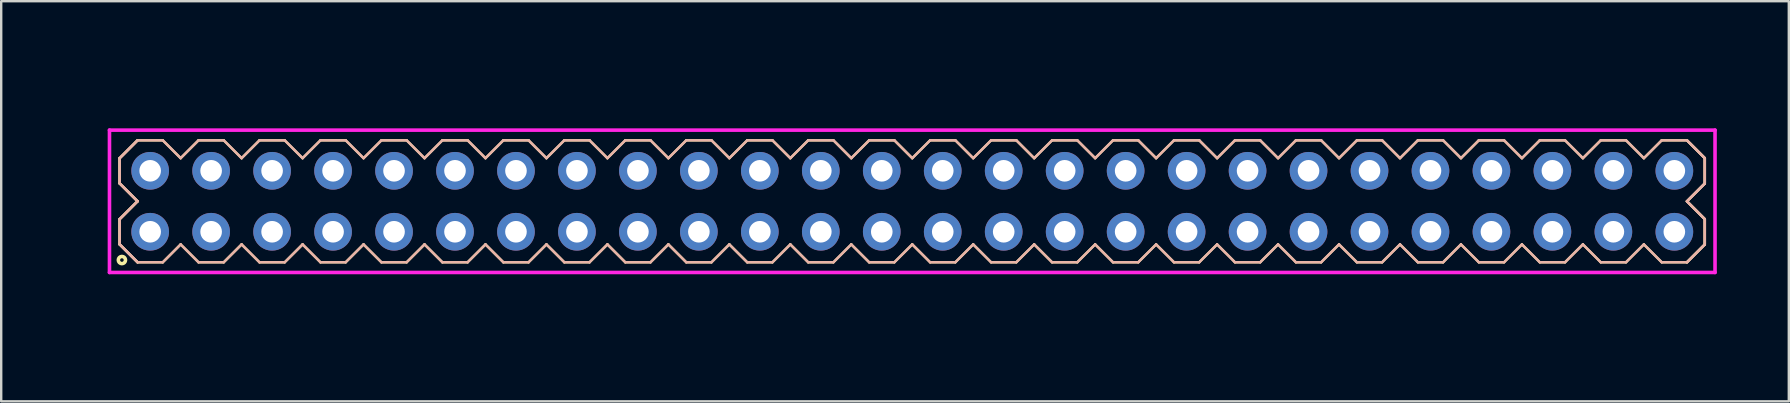
<source format=kicad_pcb>
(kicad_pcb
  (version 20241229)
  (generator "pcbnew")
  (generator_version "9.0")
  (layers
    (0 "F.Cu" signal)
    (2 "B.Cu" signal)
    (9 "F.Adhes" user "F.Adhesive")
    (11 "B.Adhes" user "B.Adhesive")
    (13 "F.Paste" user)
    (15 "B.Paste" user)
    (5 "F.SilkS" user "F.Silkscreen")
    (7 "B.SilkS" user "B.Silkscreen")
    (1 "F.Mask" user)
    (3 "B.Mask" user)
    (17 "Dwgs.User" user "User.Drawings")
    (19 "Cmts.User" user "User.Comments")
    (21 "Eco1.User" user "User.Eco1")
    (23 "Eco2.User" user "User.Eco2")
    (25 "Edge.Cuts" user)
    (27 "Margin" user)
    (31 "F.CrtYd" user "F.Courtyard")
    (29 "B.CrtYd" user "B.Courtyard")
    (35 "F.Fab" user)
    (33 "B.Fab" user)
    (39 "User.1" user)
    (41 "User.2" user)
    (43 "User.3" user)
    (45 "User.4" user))
  (footprint "HDR254P26x2"
    (layer "F.Cu")
    (at 34.956 5.336)
    (property "Reference" "HDR254P26x2" (at -34.195 0 90) (layer "User.1") (effects (font (size 1 1) (thickness 0.1))))
    (attr through_hole)
    (fp_line (start -33.02 -1.796) (end -32.276 -2.54) (stroke (width 0.1) (type solid)) (layer "F.SilkS"))
    (fp_line (start -33.02 -1.796) (end -32.276 -2.54) (stroke (width 0.1) (type solid)) (layer "F.SilkS"))
    (fp_line (start -33.02 -0.744) (end -33.02 -1.796) (stroke (width 0.1) (type solid)) (layer "F.SilkS"))
    (fp_line (start -33.02 -0.744) (end -33.02 -1.796) (stroke (width 0.1) (type solid)) (layer "F.SilkS"))
    (fp_line (start -33.02 0.744) (end -32.276 0) (stroke (width 0.1) (type solid)) (layer "F.SilkS"))
    (fp_line (start -33.02 0.744) (end -32.276 0) (stroke (width 0.1) (type solid)) (layer "F.SilkS"))
    (fp_line (start -33.02 1.796) (end -33.02 0.744) (stroke (width 0.1) (type solid)) (layer "F.SilkS"))
    (fp_line (start -33.02 1.796) (end -33.02 0.744) (stroke (width 0.1) (type solid)) (layer "F.SilkS"))
    (fp_line (start -32.276 -2.54) (end -31.224 -2.54) (stroke (width 0.1) (type solid)) (layer "F.SilkS"))
    (fp_line (start -32.276 0) (end -33.02 -0.744) (stroke (width 0.1) (type solid)) (layer "F.SilkS"))
    (fp_line (start -32.276 0) (end -33.02 -0.744) (stroke (width 0.1) (type solid)) (layer "F.SilkS"))
    (fp_line (start -32.276 2.54) (end -33.02 1.796) (stroke (width 0.1) (type solid)) (layer "F.SilkS"))
    (fp_line (start -32.276 2.54) (end -33.02 1.796) (stroke (width 0.1) (type solid)) (layer "F.SilkS"))
    (fp_line (start -31.224 -2.54) (end -30.48 -1.796) (stroke (width 0.1) (type solid)) (layer "F.SilkS"))
    (fp_line (start -31.224 2.54) (end -32.276 2.54) (stroke (width 0.1) (type solid)) (layer "F.SilkS"))
    (fp_line (start -30.48 -1.796) (end -29.736 -2.54) (stroke (width 0.1) (type solid)) (layer "F.SilkS"))
    (fp_line (start -30.48 1.796) (end -31.224 2.54) (stroke (width 0.1) (type solid)) (layer "F.SilkS"))
    (fp_line (start -29.736 -2.54) (end -28.684 -2.54) (stroke (width 0.1) (type solid)) (layer "F.SilkS"))
    (fp_line (start -29.736 2.54) (end -30.48 1.796) (stroke (width 0.1) (type solid)) (layer "F.SilkS"))
    (fp_line (start -28.684 -2.54) (end -27.94 -1.796) (stroke (width 0.1) (type solid)) (layer "F.SilkS"))
    (fp_line (start -28.684 2.54) (end -29.736 2.54) (stroke (width 0.1) (type solid)) (layer "F.SilkS"))
    (fp_line (start -27.94 -1.796) (end -27.196 -2.54) (stroke (width 0.1) (type solid)) (layer "F.SilkS"))
    (fp_line (start -27.94 1.796) (end -28.684 2.54) (stroke (width 0.1) (type solid)) (layer "F.SilkS"))
    (fp_line (start -27.196 -2.54) (end -26.144 -2.54) (stroke (width 0.1) (type solid)) (layer "F.SilkS"))
    (fp_line (start -27.196 2.54) (end -27.94 1.796) (stroke (width 0.1) (type solid)) (layer "F.SilkS"))
    (fp_line (start -26.144 -2.54) (end -25.4 -1.796) (stroke (width 0.1) (type solid)) (layer "F.SilkS"))
    (fp_line (start -26.144 2.54) (end -27.196 2.54) (stroke (width 0.1) (type solid)) (layer "F.SilkS"))
    (fp_line (start -25.4 -1.796) (end -24.656 -2.54) (stroke (width 0.1) (type solid)) (layer "F.SilkS"))
    (fp_line (start -25.4 1.796) (end -26.144 2.54) (stroke (width 0.1) (type solid)) (layer "F.SilkS"))
    (fp_line (start -24.656 -2.54) (end -23.604 -2.54) (stroke (width 0.1) (type solid)) (layer "F.SilkS"))
    (fp_line (start -24.656 2.54) (end -25.4 1.796) (stroke (width 0.1) (type solid)) (layer "F.SilkS"))
    (fp_line (start -23.604 -2.54) (end -22.86 -1.796) (stroke (width 0.1) (type solid)) (layer "F.SilkS"))
    (fp_line (start -23.604 2.54) (end -24.656 2.54) (stroke (width 0.1) (type solid)) (layer "F.SilkS"))
    (fp_line (start -22.86 -1.796) (end -22.116 -2.54) (stroke (width 0.1) (type solid)) (layer "F.SilkS"))
    (fp_line (start -22.86 1.796) (end -23.604 2.54) (stroke (width 0.1) (type solid)) (layer "F.SilkS"))
    (fp_line (start -22.116 -2.54) (end -21.064 -2.54) (stroke (width 0.1) (type solid)) (layer "F.SilkS"))
    (fp_line (start -22.116 2.54) (end -22.86 1.796) (stroke (width 0.1) (type solid)) (layer "F.SilkS"))
    (fp_line (start -21.064 -2.54) (end -20.32 -1.796) (stroke (width 0.1) (type solid)) (layer "F.SilkS"))
    (fp_line (start -21.064 2.54) (end -22.116 2.54) (stroke (width 0.1) (type solid)) (layer "F.SilkS"))
    (fp_line (start -20.32 -1.796) (end -19.576 -2.54) (stroke (width 0.1) (type solid)) (layer "F.SilkS"))
    (fp_line (start -20.32 1.796) (end -21.064 2.54) (stroke (width 0.1) (type solid)) (layer "F.SilkS"))
    (fp_line (start -19.576 -2.54) (end -18.524 -2.54) (stroke (width 0.1) (type solid)) (layer "F.SilkS"))
    (fp_line (start -19.576 2.54) (end -20.32 1.796) (stroke (width 0.1) (type solid)) (layer "F.SilkS"))
    (fp_line (start -18.524 -2.54) (end -17.78 -1.796) (stroke (width 0.1) (type solid)) (layer "F.SilkS"))
    (fp_line (start -18.524 2.54) (end -19.576 2.54) (stroke (width 0.1) (type solid)) (layer "F.SilkS"))
    (fp_line (start -17.78 -1.796) (end -17.036 -2.54) (stroke (width 0.1) (type solid)) (layer "F.SilkS"))
    (fp_line (start -17.78 1.796) (end -18.524 2.54) (stroke (width 0.1) (type solid)) (layer "F.SilkS"))
    (fp_line (start -17.036 -2.54) (end -15.984 -2.54) (stroke (width 0.1) (type solid)) (layer "F.SilkS"))
    (fp_line (start -17.036 2.54) (end -17.78 1.796) (stroke (width 0.1) (type solid)) (layer "F.SilkS"))
    (fp_line (start -15.984 -2.54) (end -15.24 -1.796) (stroke (width 0.1) (type solid)) (layer "F.SilkS"))
    (fp_line (start -15.984 2.54) (end -17.036 2.54) (stroke (width 0.1) (type solid)) (layer "F.SilkS"))
    (fp_line (start -15.24 -1.796) (end -14.496 -2.54) (stroke (width 0.1) (type solid)) (layer "F.SilkS"))
    (fp_line (start -15.24 1.796) (end -15.984 2.54) (stroke (width 0.1) (type solid)) (layer "F.SilkS"))
    (fp_line (start -14.496 -2.54) (end -13.444 -2.54) (stroke (width 0.1) (type solid)) (layer "F.SilkS"))
    (fp_line (start -14.496 2.54) (end -15.24 1.796) (stroke (width 0.1) (type solid)) (layer "F.SilkS"))
    (fp_line (start -13.444 -2.54) (end -12.7 -1.796) (stroke (width 0.1) (type solid)) (layer "F.SilkS"))
    (fp_line (start -13.444 2.54) (end -14.496 2.54) (stroke (width 0.1) (type solid)) (layer "F.SilkS"))
    (fp_line (start -12.7 -1.796) (end -11.956 -2.54) (stroke (width 0.1) (type solid)) (layer "F.SilkS"))
    (fp_line (start -12.7 1.796) (end -13.444 2.54) (stroke (width 0.1) (type solid)) (layer "F.SilkS"))
    (fp_line (start -11.956 -2.54) (end -10.904 -2.54) (stroke (width 0.1) (type solid)) (layer "F.SilkS"))
    (fp_line (start -11.956 2.54) (end -12.7 1.796) (stroke (width 0.1) (type solid)) (layer "F.SilkS"))
    (fp_line (start -10.904 -2.54) (end -10.16 -1.796) (stroke (width 0.1) (type solid)) (layer "F.SilkS"))
    (fp_line (start -10.904 2.54) (end -11.956 2.54) (stroke (width 0.1) (type solid)) (layer "F.SilkS"))
    (fp_line (start -10.16 -1.796) (end -9.416 -2.54) (stroke (width 0.1) (type solid)) (layer "F.SilkS"))
    (fp_line (start -10.16 1.796) (end -10.904 2.54) (stroke (width 0.1) (type solid)) (layer "F.SilkS"))
    (fp_line (start -9.416 -2.54) (end -8.364 -2.54) (stroke (width 0.1) (type solid)) (layer "F.SilkS"))
    (fp_line (start -9.416 2.54) (end -10.16 1.796) (stroke (width 0.1) (type solid)) (layer "F.SilkS"))
    (fp_line (start -8.364 -2.54) (end -7.62 -1.796) (stroke (width 0.1) (type solid)) (layer "F.SilkS"))
    (fp_line (start -8.364 2.54) (end -9.416 2.54) (stroke (width 0.1) (type solid)) (layer "F.SilkS"))
    (fp_line (start -7.62 -1.796) (end -6.876 -2.54) (stroke (width 0.1) (type solid)) (layer "F.SilkS"))
    (fp_line (start -7.62 1.796) (end -8.364 2.54) (stroke (width 0.1) (type solid)) (layer "F.SilkS"))
    (fp_line (start -6.876 -2.54) (end -5.824 -2.54) (stroke (width 0.1) (type solid)) (layer "F.SilkS"))
    (fp_line (start -6.876 2.54) (end -7.62 1.796) (stroke (width 0.1) (type solid)) (layer "F.SilkS"))
    (fp_line (start -5.824 -2.54) (end -5.08 -1.796) (stroke (width 0.1) (type solid)) (layer "F.SilkS"))
    (fp_line (start -5.824 2.54) (end -6.876 2.54) (stroke (width 0.1) (type solid)) (layer "F.SilkS"))
    (fp_line (start -5.08 -1.796) (end -4.336 -2.54) (stroke (width 0.1) (type solid)) (layer "F.SilkS"))
    (fp_line (start -5.08 1.796) (end -5.824 2.54) (stroke (width 0.1) (type solid)) (layer "F.SilkS"))
    (fp_line (start -4.336 -2.54) (end -3.284 -2.54) (stroke (width 0.1) (type solid)) (layer "F.SilkS"))
    (fp_line (start -4.336 2.54) (end -5.08 1.796) (stroke (width 0.1) (type solid)) (layer "F.SilkS"))
    (fp_line (start -3.284 -2.54) (end -2.54 -1.796) (stroke (width 0.1) (type solid)) (layer "F.SilkS"))
    (fp_line (start -3.284 2.54) (end -4.336 2.54) (stroke (width 0.1) (type solid)) (layer "F.SilkS"))
    (fp_line (start -2.54 -1.796) (end -1.796 -2.54) (stroke (width 0.1) (type solid)) (layer "F.SilkS"))
    (fp_line (start -2.54 1.796) (end -3.284 2.54) (stroke (width 0.1) (type solid)) (layer "F.SilkS"))
    (fp_line (start -1.796 -2.54) (end -0.744 -2.54) (stroke (width 0.1) (type solid)) (layer "F.SilkS"))
    (fp_line (start -1.796 2.54) (end -2.54 1.796) (stroke (width 0.1) (type solid)) (layer "F.SilkS"))
    (fp_line (start -0.744 -2.54) (end 0 -1.796) (stroke (width 0.1) (type solid)) (layer "F.SilkS"))
    (fp_line (start -0.744 2.54) (end -1.796 2.54) (stroke (width 0.1) (type solid)) (layer "F.SilkS"))
    (fp_line (start 0 -1.796) (end 0.744 -2.54) (stroke (width 0.1) (type solid)) (layer "F.SilkS"))
    (fp_line (start 0 1.796) (end -0.744 2.54) (stroke (width 0.1) (type solid)) (layer "F.SilkS"))
    (fp_line (start 0.744 -2.54) (end 1.796 -2.54) (stroke (width 0.1) (type solid)) (layer "F.SilkS"))
    (fp_line (start 0.744 2.54) (end 0 1.796) (stroke (width 0.1) (type solid)) (layer "F.SilkS"))
    (fp_line (start 1.796 -2.54) (end 2.54 -1.796) (stroke (width 0.1) (type solid)) (layer "F.SilkS"))
    (fp_line (start 1.796 2.54) (end 0.744 2.54) (stroke (width 0.1) (type solid)) (layer "F.SilkS"))
    (fp_line (start 2.54 -1.796) (end 3.284 -2.54) (stroke (width 0.1) (type solid)) (layer "F.SilkS"))
    (fp_line (start 2.54 1.796) (end 1.796 2.54) (stroke (width 0.1) (type solid)) (layer "F.SilkS"))
    (fp_line (start 3.284 -2.54) (end 4.336 -2.54) (stroke (width 0.1) (type solid)) (layer "F.SilkS"))
    (fp_line (start 3.284 2.54) (end 2.54 1.796) (stroke (width 0.1) (type solid)) (layer "F.SilkS"))
    (fp_line (start 4.336 -2.54) (end 5.08 -1.796) (stroke (width 0.1) (type solid)) (layer "F.SilkS"))
    (fp_line (start 4.336 2.54) (end 3.284 2.54) (stroke (width 0.1) (type solid)) (layer "F.SilkS"))
    (fp_line (start 5.08 -1.796) (end 5.824 -2.54) (stroke (width 0.1) (type solid)) (layer "F.SilkS"))
    (fp_line (start 5.08 1.796) (end 4.336 2.54) (stroke (width 0.1) (type solid)) (layer "F.SilkS"))
    (fp_line (start 5.824 -2.54) (end 6.876 -2.54) (stroke (width 0.1) (type solid)) (layer "F.SilkS"))
    (fp_line (start 5.824 2.54) (end 5.08 1.796) (stroke (width 0.1) (type solid)) (layer "F.SilkS"))
    (fp_line (start 6.876 -2.54) (end 7.62 -1.796) (stroke (width 0.1) (type solid)) (layer "F.SilkS"))
    (fp_line (start 6.876 2.54) (end 5.824 2.54) (stroke (width 0.1) (type solid)) (layer "F.SilkS"))
    (fp_line (start 7.62 -1.796) (end 8.364 -2.54) (stroke (width 0.1) (type solid)) (layer "F.SilkS"))
    (fp_line (start 7.62 1.796) (end 6.876 2.54) (stroke (width 0.1) (type solid)) (layer "F.SilkS"))
    (fp_line (start 8.364 -2.54) (end 9.416 -2.54) (stroke (width 0.1) (type solid)) (layer "F.SilkS"))
    (fp_line (start 8.364 2.54) (end 7.62 1.796) (stroke (width 0.1) (type solid)) (layer "F.SilkS"))
    (fp_line (start 9.416 -2.54) (end 10.16 -1.796) (stroke (width 0.1) (type solid)) (layer "F.SilkS"))
    (fp_line (start 9.416 2.54) (end 8.364 2.54) (stroke (width 0.1) (type solid)) (layer "F.SilkS"))
    (fp_line (start 10.16 -1.796) (end 10.904 -2.54) (stroke (width 0.1) (type solid)) (layer "F.SilkS"))
    (fp_line (start 10.16 1.796) (end 9.416 2.54) (stroke (width 0.1) (type solid)) (layer "F.SilkS"))
    (fp_line (start 10.904 -2.54) (end 11.956 -2.54) (stroke (width 0.1) (type solid)) (layer "F.SilkS"))
    (fp_line (start 10.904 2.54) (end 10.16 1.796) (stroke (width 0.1) (type solid)) (layer "F.SilkS"))
    (fp_line (start 11.956 -2.54) (end 12.7 -1.796) (stroke (width 0.1) (type solid)) (layer "F.SilkS"))
    (fp_line (start 11.956 2.54) (end 10.904 2.54) (stroke (width 0.1) (type solid)) (layer "F.SilkS"))
    (fp_line (start 12.7 -1.796) (end 13.444 -2.54) (stroke (width 0.1) (type solid)) (layer "F.SilkS"))
    (fp_line (start 12.7 1.796) (end 11.956 2.54) (stroke (width 0.1) (type solid)) (layer "F.SilkS"))
    (fp_line (start 13.444 -2.54) (end 14.496 -2.54) (stroke (width 0.1) (type solid)) (layer "F.SilkS"))
    (fp_line (start 13.444 2.54) (end 12.7 1.796) (stroke (width 0.1) (type solid)) (layer "F.SilkS"))
    (fp_line (start 14.496 -2.54) (end 15.24 -1.796) (stroke (width 0.1) (type solid)) (layer "F.SilkS"))
    (fp_line (start 14.496 2.54) (end 13.444 2.54) (stroke (width 0.1) (type solid)) (layer "F.SilkS"))
    (fp_line (start 15.24 -1.796) (end 15.984 -2.54) (stroke (width 0.1) (type solid)) (layer "F.SilkS"))
    (fp_line (start 15.24 1.796) (end 14.496 2.54) (stroke (width 0.1) (type solid)) (layer "F.SilkS"))
    (fp_line (start 15.984 -2.54) (end 17.036 -2.54) (stroke (width 0.1) (type solid)) (layer "F.SilkS"))
    (fp_line (start 15.984 2.54) (end 15.24 1.796) (stroke (width 0.1) (type solid)) (layer "F.SilkS"))
    (fp_line (start 17.036 -2.54) (end 17.78 -1.796) (stroke (width 0.1) (type solid)) (layer "F.SilkS"))
    (fp_line (start 17.036 2.54) (end 15.984 2.54) (stroke (width 0.1) (type solid)) (layer "F.SilkS"))
    (fp_line (start 17.78 -1.796) (end 18.524 -2.54) (stroke (width 0.1) (type solid)) (layer "F.SilkS"))
    (fp_line (start 17.78 1.796) (end 17.036 2.54) (stroke (width 0.1) (type solid)) (layer "F.SilkS"))
    (fp_line (start 18.524 -2.54) (end 19.576 -2.54) (stroke (width 0.1) (type solid)) (layer "F.SilkS"))
    (fp_line (start 18.524 2.54) (end 17.78 1.796) (stroke (width 0.1) (type solid)) (layer "F.SilkS"))
    (fp_line (start 19.576 -2.54) (end 20.32 -1.796) (stroke (width 0.1) (type solid)) (layer "F.SilkS"))
    (fp_line (start 19.576 2.54) (end 18.524 2.54) (stroke (width 0.1) (type solid)) (layer "F.SilkS"))
    (fp_line (start 20.32 -1.796) (end 21.064 -2.54) (stroke (width 0.1) (type solid)) (layer "F.SilkS"))
    (fp_line (start 20.32 1.796) (end 19.576 2.54) (stroke (width 0.1) (type solid)) (layer "F.SilkS"))
    (fp_line (start 21.064 -2.54) (end 22.116 -2.54) (stroke (width 0.1) (type solid)) (layer "F.SilkS"))
    (fp_line (start 21.064 2.54) (end 20.32 1.796) (stroke (width 0.1) (type solid)) (layer "F.SilkS"))
    (fp_line (start 22.116 -2.54) (end 22.86 -1.796) (stroke (width 0.1) (type solid)) (layer "F.SilkS"))
    (fp_line (start 22.116 2.54) (end 21.064 2.54) (stroke (width 0.1) (type solid)) (layer "F.SilkS"))
    (fp_line (start 22.86 -1.796) (end 23.604 -2.54) (stroke (width 0.1) (type solid)) (layer "F.SilkS"))
    (fp_line (start 22.86 1.796) (end 22.116 2.54) (stroke (width 0.1) (type solid)) (layer "F.SilkS"))
    (fp_line (start 23.604 -2.54) (end 24.656 -2.54) (stroke (width 0.1) (type solid)) (layer "F.SilkS"))
    (fp_line (start 23.604 2.54) (end 22.86 1.796) (stroke (width 0.1) (type solid)) (layer "F.SilkS"))
    (fp_line (start 24.656 -2.54) (end 25.4 -1.796) (stroke (width 0.1) (type solid)) (layer "F.SilkS"))
    (fp_line (start 24.656 2.54) (end 23.604 2.54) (stroke (width 0.1) (type solid)) (layer "F.SilkS"))
    (fp_line (start 25.4 -1.796) (end 26.144 -2.54) (stroke (width 0.1) (type solid)) (layer "F.SilkS"))
    (fp_line (start 25.4 1.796) (end 24.656 2.54) (stroke (width 0.1) (type solid)) (layer "F.SilkS"))
    (fp_line (start 26.144 -2.54) (end 27.196 -2.54) (stroke (width 0.1) (type solid)) (layer "F.SilkS"))
    (fp_line (start 26.144 2.54) (end 25.4 1.796) (stroke (width 0.1) (type solid)) (layer "F.SilkS"))
    (fp_line (start 27.196 -2.54) (end 27.94 -1.796) (stroke (width 0.1) (type solid)) (layer "F.SilkS"))
    (fp_line (start 27.196 2.54) (end 26.144 2.54) (stroke (width 0.1) (type solid)) (layer "F.SilkS"))
    (fp_line (start 27.94 -1.796) (end 28.684 -2.54) (stroke (width 0.1) (type solid)) (layer "F.SilkS"))
    (fp_line (start 27.94 1.796) (end 27.196 2.54) (stroke (width 0.1) (type solid)) (layer "F.SilkS"))
    (fp_line (start 28.684 -2.54) (end 29.736 -2.54) (stroke (width 0.1) (type solid)) (layer "F.SilkS"))
    (fp_line (start 28.684 2.54) (end 27.94 1.796) (stroke (width 0.1) (type solid)) (layer "F.SilkS"))
    (fp_line (start 29.736 -2.54) (end 30.48 -1.796) (stroke (width 0.1) (type solid)) (layer "F.SilkS"))
    (fp_line (start 29.736 2.54) (end 28.684 2.54) (stroke (width 0.1) (type solid)) (layer "F.SilkS"))
    (fp_line (start 30.48 -1.796) (end 31.224 -2.54) (stroke (width 0.1) (type solid)) (layer "F.SilkS"))
    (fp_line (start 30.48 1.796) (end 29.736 2.54) (stroke (width 0.1) (type solid)) (layer "F.SilkS"))
    (fp_line (start 31.224 -2.54) (end 32.276 -2.54) (stroke (width 0.1) (type solid)) (layer "F.SilkS"))
    (fp_line (start 31.224 2.54) (end 30.48 1.796) (stroke (width 0.1) (type solid)) (layer "F.SilkS"))
    (fp_line (start 32.276 -2.54) (end 33.02 -1.796) (stroke (width 0.1) (type solid)) (layer "F.SilkS"))
    (fp_line (start 32.276 -2.54) (end 33.02 -1.796) (stroke (width 0.1) (type solid)) (layer "F.SilkS"))
    (fp_line (start 32.276 0) (end 33.02 0.744) (stroke (width 0.1) (type solid)) (layer "F.SilkS"))
    (fp_line (start 32.276 0) (end 33.02 0.744) (stroke (width 0.1) (type solid)) (layer "F.SilkS"))
    (fp_line (start 32.276 2.54) (end 31.224 2.54) (stroke (width 0.1) (type solid)) (layer "F.SilkS"))
    (fp_line (start 33.02 -1.796) (end 33.02 -0.744) (stroke (width 0.1) (type solid)) (layer "F.SilkS"))
    (fp_line (start 33.02 -1.796) (end 33.02 -0.744) (stroke (width 0.1) (type solid)) (layer "F.SilkS"))
    (fp_line (start 33.02 -0.744) (end 32.276 0) (stroke (width 0.1) (type solid)) (layer "F.SilkS"))
    (fp_line (start 33.02 -0.744) (end 32.276 0) (stroke (width 0.1) (type solid)) (layer "F.SilkS"))
    (fp_line (start 33.02 0.744) (end 33.02 1.796) (stroke (width 0.1) (type solid)) (layer "F.SilkS"))
    (fp_line (start 33.02 0.744) (end 33.02 1.796) (stroke (width 0.1) (type solid)) (layer "F.SilkS"))
    (fp_line (start 33.02 1.796) (end 32.276 2.54) (stroke (width 0.1) (type solid)) (layer "F.SilkS"))
    (fp_line (start 33.02 1.796) (end 32.276 2.54) (stroke (width 0.1) (type solid)) (layer "F.SilkS"))
    (fp_circle (center -32.927 2.448) (end -32.777 2.448) (stroke (width 0.15) (type solid)) (fill no) (layer "F.SilkS"))
    (fp_line (start -33.02 -1.796) (end -32.276 -2.54) (stroke (width 0.1) (type solid)) (layer "B.SilkS"))
    (fp_line (start -33.02 -1.796) (end -32.276 -2.54) (stroke (width 0.1) (type solid)) (layer "B.SilkS"))
    (fp_line (start -33.02 -0.744) (end -33.02 -1.796) (stroke (width 0.1) (type solid)) (layer "B.SilkS"))
    (fp_line (start -33.02 -0.744) (end -33.02 -1.796) (stroke (width 0.1) (type solid)) (layer "B.SilkS"))
    (fp_line (start -33.02 0.744) (end -32.276 0) (stroke (width 0.1) (type solid)) (layer "B.SilkS"))
    (fp_line (start -33.02 0.744) (end -32.276 0) (stroke (width 0.1) (type solid)) (layer "B.SilkS"))
    (fp_line (start -33.02 1.796) (end -33.02 0.744) (stroke (width 0.1) (type solid)) (layer "B.SilkS"))
    (fp_line (start -33.02 1.796) (end -33.02 0.744) (stroke (width 0.1) (type solid)) (layer "B.SilkS"))
    (fp_line (start -32.276 -2.54) (end -31.224 -2.54) (stroke (width 0.1) (type solid)) (layer "B.SilkS"))
    (fp_line (start -32.276 0) (end -33.02 -0.744) (stroke (width 0.1) (type solid)) (layer "B.SilkS"))
    (fp_line (start -32.276 0) (end -33.02 -0.744) (stroke (width 0.1) (type solid)) (layer "B.SilkS"))
    (fp_line (start -32.276 2.54) (end -33.02 1.796) (stroke (width 0.1) (type solid)) (layer "B.SilkS"))
    (fp_line (start -32.276 2.54) (end -33.02 1.796) (stroke (width 0.1) (type solid)) (layer "B.SilkS"))
    (fp_line (start -31.224 -2.54) (end -30.48 -1.796) (stroke (width 0.1) (type solid)) (layer "B.SilkS"))
    (fp_line (start -31.224 2.54) (end -32.276 2.54) (stroke (width 0.1) (type solid)) (layer "B.SilkS"))
    (fp_line (start -30.48 -1.796) (end -29.736 -2.54) (stroke (width 0.1) (type solid)) (layer "B.SilkS"))
    (fp_line (start -30.48 1.796) (end -31.224 2.54) (stroke (width 0.1) (type solid)) (layer "B.SilkS"))
    (fp_line (start -29.736 -2.54) (end -28.684 -2.54) (stroke (width 0.1) (type solid)) (layer "B.SilkS"))
    (fp_line (start -29.736 2.54) (end -30.48 1.796) (stroke (width 0.1) (type solid)) (layer "B.SilkS"))
    (fp_line (start -28.684 -2.54) (end -27.94 -1.796) (stroke (width 0.1) (type solid)) (layer "B.SilkS"))
    (fp_line (start -28.684 2.54) (end -29.736 2.54) (stroke (width 0.1) (type solid)) (layer "B.SilkS"))
    (fp_line (start -27.94 -1.796) (end -27.196 -2.54) (stroke (width 0.1) (type solid)) (layer "B.SilkS"))
    (fp_line (start -27.94 1.796) (end -28.684 2.54) (stroke (width 0.1) (type solid)) (layer "B.SilkS"))
    (fp_line (start -27.196 -2.54) (end -26.144 -2.54) (stroke (width 0.1) (type solid)) (layer "B.SilkS"))
    (fp_line (start -27.196 2.54) (end -27.94 1.796) (stroke (width 0.1) (type solid)) (layer "B.SilkS"))
    (fp_line (start -26.144 -2.54) (end -25.4 -1.796) (stroke (width 0.1) (type solid)) (layer "B.SilkS"))
    (fp_line (start -26.144 2.54) (end -27.196 2.54) (stroke (width 0.1) (type solid)) (layer "B.SilkS"))
    (fp_line (start -25.4 -1.796) (end -24.656 -2.54) (stroke (width 0.1) (type solid)) (layer "B.SilkS"))
    (fp_line (start -25.4 1.796) (end -26.144 2.54) (stroke (width 0.1) (type solid)) (layer "B.SilkS"))
    (fp_line (start -24.656 -2.54) (end -23.604 -2.54) (stroke (width 0.1) (type solid)) (layer "B.SilkS"))
    (fp_line (start -24.656 2.54) (end -25.4 1.796) (stroke (width 0.1) (type solid)) (layer "B.SilkS"))
    (fp_line (start -23.604 -2.54) (end -22.86 -1.796) (stroke (width 0.1) (type solid)) (layer "B.SilkS"))
    (fp_line (start -23.604 2.54) (end -24.656 2.54) (stroke (width 0.1) (type solid)) (layer "B.SilkS"))
    (fp_line (start -22.86 -1.796) (end -22.116 -2.54) (stroke (width 0.1) (type solid)) (layer "B.SilkS"))
    (fp_line (start -22.86 1.796) (end -23.604 2.54) (stroke (width 0.1) (type solid)) (layer "B.SilkS"))
    (fp_line (start -22.116 -2.54) (end -21.064 -2.54) (stroke (width 0.1) (type solid)) (layer "B.SilkS"))
    (fp_line (start -22.116 2.54) (end -22.86 1.796) (stroke (width 0.1) (type solid)) (layer "B.SilkS"))
    (fp_line (start -21.064 -2.54) (end -20.32 -1.796) (stroke (width 0.1) (type solid)) (layer "B.SilkS"))
    (fp_line (start -21.064 2.54) (end -22.116 2.54) (stroke (width 0.1) (type solid)) (layer "B.SilkS"))
    (fp_line (start -20.32 -1.796) (end -19.576 -2.54) (stroke (width 0.1) (type solid)) (layer "B.SilkS"))
    (fp_line (start -20.32 1.796) (end -21.064 2.54) (stroke (width 0.1) (type solid)) (layer "B.SilkS"))
    (fp_line (start -19.576 -2.54) (end -18.524 -2.54) (stroke (width 0.1) (type solid)) (layer "B.SilkS"))
    (fp_line (start -19.576 2.54) (end -20.32 1.796) (stroke (width 0.1) (type solid)) (layer "B.SilkS"))
    (fp_line (start -18.524 -2.54) (end -17.78 -1.796) (stroke (width 0.1) (type solid)) (layer "B.SilkS"))
    (fp_line (start -18.524 2.54) (end -19.576 2.54) (stroke (width 0.1) (type solid)) (layer "B.SilkS"))
    (fp_line (start -17.78 -1.796) (end -17.036 -2.54) (stroke (width 0.1) (type solid)) (layer "B.SilkS"))
    (fp_line (start -17.78 1.796) (end -18.524 2.54) (stroke (width 0.1) (type solid)) (layer "B.SilkS"))
    (fp_line (start -17.036 -2.54) (end -15.984 -2.54) (stroke (width 0.1) (type solid)) (layer "B.SilkS"))
    (fp_line (start -17.036 2.54) (end -17.78 1.796) (stroke (width 0.1) (type solid)) (layer "B.SilkS"))
    (fp_line (start -15.984 -2.54) (end -15.24 -1.796) (stroke (width 0.1) (type solid)) (layer "B.SilkS"))
    (fp_line (start -15.984 2.54) (end -17.036 2.54) (stroke (width 0.1) (type solid)) (layer "B.SilkS"))
    (fp_line (start -15.24 -1.796) (end -14.496 -2.54) (stroke (width 0.1) (type solid)) (layer "B.SilkS"))
    (fp_line (start -15.24 1.796) (end -15.984 2.54) (stroke (width 0.1) (type solid)) (layer "B.SilkS"))
    (fp_line (start -14.496 -2.54) (end -13.444 -2.54) (stroke (width 0.1) (type solid)) (layer "B.SilkS"))
    (fp_line (start -14.496 2.54) (end -15.24 1.796) (stroke (width 0.1) (type solid)) (layer "B.SilkS"))
    (fp_line (start -13.444 -2.54) (end -12.7 -1.796) (stroke (width 0.1) (type solid)) (layer "B.SilkS"))
    (fp_line (start -13.444 2.54) (end -14.496 2.54) (stroke (width 0.1) (type solid)) (layer "B.SilkS"))
    (fp_line (start -12.7 -1.796) (end -11.956 -2.54) (stroke (width 0.1) (type solid)) (layer "B.SilkS"))
    (fp_line (start -12.7 1.796) (end -13.444 2.54) (stroke (width 0.1) (type solid)) (layer "B.SilkS"))
    (fp_line (start -11.956 -2.54) (end -10.904 -2.54) (stroke (width 0.1) (type solid)) (layer "B.SilkS"))
    (fp_line (start -11.956 2.54) (end -12.7 1.796) (stroke (width 0.1) (type solid)) (layer "B.SilkS"))
    (fp_line (start -10.904 -2.54) (end -10.16 -1.796) (stroke (width 0.1) (type solid)) (layer "B.SilkS"))
    (fp_line (start -10.904 2.54) (end -11.956 2.54) (stroke (width 0.1) (type solid)) (layer "B.SilkS"))
    (fp_line (start -10.16 -1.796) (end -9.416 -2.54) (stroke (width 0.1) (type solid)) (layer "B.SilkS"))
    (fp_line (start -10.16 1.796) (end -10.904 2.54) (stroke (width 0.1) (type solid)) (layer "B.SilkS"))
    (fp_line (start -9.416 -2.54) (end -8.364 -2.54) (stroke (width 0.1) (type solid)) (layer "B.SilkS"))
    (fp_line (start -9.416 2.54) (end -10.16 1.796) (stroke (width 0.1) (type solid)) (layer "B.SilkS"))
    (fp_line (start -8.364 -2.54) (end -7.62 -1.796) (stroke (width 0.1) (type solid)) (layer "B.SilkS"))
    (fp_line (start -8.364 2.54) (end -9.416 2.54) (stroke (width 0.1) (type solid)) (layer "B.SilkS"))
    (fp_line (start -7.62 -1.796) (end -6.876 -2.54) (stroke (width 0.1) (type solid)) (layer "B.SilkS"))
    (fp_line (start -7.62 1.796) (end -8.364 2.54) (stroke (width 0.1) (type solid)) (layer "B.SilkS"))
    (fp_line (start -6.876 -2.54) (end -5.824 -2.54) (stroke (width 0.1) (type solid)) (layer "B.SilkS"))
    (fp_line (start -6.876 2.54) (end -7.62 1.796) (stroke (width 0.1) (type solid)) (layer "B.SilkS"))
    (fp_line (start -5.824 -2.54) (end -5.08 -1.796) (stroke (width 0.1) (type solid)) (layer "B.SilkS"))
    (fp_line (start -5.824 2.54) (end -6.876 2.54) (stroke (width 0.1) (type solid)) (layer "B.SilkS"))
    (fp_line (start -5.08 -1.796) (end -4.336 -2.54) (stroke (width 0.1) (type solid)) (layer "B.SilkS"))
    (fp_line (start -5.08 1.796) (end -5.824 2.54) (stroke (width 0.1) (type solid)) (layer "B.SilkS"))
    (fp_line (start -4.336 -2.54) (end -3.284 -2.54) (stroke (width 0.1) (type solid)) (layer "B.SilkS"))
    (fp_line (start -4.336 2.54) (end -5.08 1.796) (stroke (width 0.1) (type solid)) (layer "B.SilkS"))
    (fp_line (start -3.284 -2.54) (end -2.54 -1.796) (stroke (width 0.1) (type solid)) (layer "B.SilkS"))
    (fp_line (start -3.284 2.54) (end -4.336 2.54) (stroke (width 0.1) (type solid)) (layer "B.SilkS"))
    (fp_line (start -2.54 -1.796) (end -1.796 -2.54) (stroke (width 0.1) (type solid)) (layer "B.SilkS"))
    (fp_line (start -2.54 1.796) (end -3.284 2.54) (stroke (width 0.1) (type solid)) (layer "B.SilkS"))
    (fp_line (start -1.796 -2.54) (end -0.744 -2.54) (stroke (width 0.1) (type solid)) (layer "B.SilkS"))
    (fp_line (start -1.796 2.54) (end -2.54 1.796) (stroke (width 0.1) (type solid)) (layer "B.SilkS"))
    (fp_line (start -0.744 -2.54) (end 0 -1.796) (stroke (width 0.1) (type solid)) (layer "B.SilkS"))
    (fp_line (start -0.744 2.54) (end -1.796 2.54) (stroke (width 0.1) (type solid)) (layer "B.SilkS"))
    (fp_line (start 0 -1.796) (end 0.744 -2.54) (stroke (width 0.1) (type solid)) (layer "B.SilkS"))
    (fp_line (start 0 1.796) (end -0.744 2.54) (stroke (width 0.1) (type solid)) (layer "B.SilkS"))
    (fp_line (start 0.744 -2.54) (end 1.796 -2.54) (stroke (width 0.1) (type solid)) (layer "B.SilkS"))
    (fp_line (start 0.744 2.54) (end 0 1.796) (stroke (width 0.1) (type solid)) (layer "B.SilkS"))
    (fp_line (start 1.796 -2.54) (end 2.54 -1.796) (stroke (width 0.1) (type solid)) (layer "B.SilkS"))
    (fp_line (start 1.796 2.54) (end 0.744 2.54) (stroke (width 0.1) (type solid)) (layer "B.SilkS"))
    (fp_line (start 2.54 -1.796) (end 3.284 -2.54) (stroke (width 0.1) (type solid)) (layer "B.SilkS"))
    (fp_line (start 2.54 1.796) (end 1.796 2.54) (stroke (width 0.1) (type solid)) (layer "B.SilkS"))
    (fp_line (start 3.284 -2.54) (end 4.336 -2.54) (stroke (width 0.1) (type solid)) (layer "B.SilkS"))
    (fp_line (start 3.284 2.54) (end 2.54 1.796) (stroke (width 0.1) (type solid)) (layer "B.SilkS"))
    (fp_line (start 4.336 -2.54) (end 5.08 -1.796) (stroke (width 0.1) (type solid)) (layer "B.SilkS"))
    (fp_line (start 4.336 2.54) (end 3.284 2.54) (stroke (width 0.1) (type solid)) (layer "B.SilkS"))
    (fp_line (start 5.08 -1.796) (end 5.824 -2.54) (stroke (width 0.1) (type solid)) (layer "B.SilkS"))
    (fp_line (start 5.08 1.796) (end 4.336 2.54) (stroke (width 0.1) (type solid)) (layer "B.SilkS"))
    (fp_line (start 5.824 -2.54) (end 6.876 -2.54) (stroke (width 0.1) (type solid)) (layer "B.SilkS"))
    (fp_line (start 5.824 2.54) (end 5.08 1.796) (stroke (width 0.1) (type solid)) (layer "B.SilkS"))
    (fp_line (start 6.876 -2.54) (end 7.62 -1.796) (stroke (width 0.1) (type solid)) (layer "B.SilkS"))
    (fp_line (start 6.876 2.54) (end 5.824 2.54) (stroke (width 0.1) (type solid)) (layer "B.SilkS"))
    (fp_line (start 7.62 -1.796) (end 8.364 -2.54) (stroke (width 0.1) (type solid)) (layer "B.SilkS"))
    (fp_line (start 7.62 1.796) (end 6.876 2.54) (stroke (width 0.1) (type solid)) (layer "B.SilkS"))
    (fp_line (start 8.364 -2.54) (end 9.416 -2.54) (stroke (width 0.1) (type solid)) (layer "B.SilkS"))
    (fp_line (start 8.364 2.54) (end 7.62 1.796) (stroke (width 0.1) (type solid)) (layer "B.SilkS"))
    (fp_line (start 9.416 -2.54) (end 10.16 -1.796) (stroke (width 0.1) (type solid)) (layer "B.SilkS"))
    (fp_line (start 9.416 2.54) (end 8.364 2.54) (stroke (width 0.1) (type solid)) (layer "B.SilkS"))
    (fp_line (start 10.16 -1.796) (end 10.904 -2.54) (stroke (width 0.1) (type solid)) (layer "B.SilkS"))
    (fp_line (start 10.16 1.796) (end 9.416 2.54) (stroke (width 0.1) (type solid)) (layer "B.SilkS"))
    (fp_line (start 10.904 -2.54) (end 11.956 -2.54) (stroke (width 0.1) (type solid)) (layer "B.SilkS"))
    (fp_line (start 10.904 2.54) (end 10.16 1.796) (stroke (width 0.1) (type solid)) (layer "B.SilkS"))
    (fp_line (start 11.956 -2.54) (end 12.7 -1.796) (stroke (width 0.1) (type solid)) (layer "B.SilkS"))
    (fp_line (start 11.956 2.54) (end 10.904 2.54) (stroke (width 0.1) (type solid)) (layer "B.SilkS"))
    (fp_line (start 12.7 -1.796) (end 13.444 -2.54) (stroke (width 0.1) (type solid)) (layer "B.SilkS"))
    (fp_line (start 12.7 1.796) (end 11.956 2.54) (stroke (width 0.1) (type solid)) (layer "B.SilkS"))
    (fp_line (start 13.444 -2.54) (end 14.496 -2.54) (stroke (width 0.1) (type solid)) (layer "B.SilkS"))
    (fp_line (start 13.444 2.54) (end 12.7 1.796) (stroke (width 0.1) (type solid)) (layer "B.SilkS"))
    (fp_line (start 14.496 -2.54) (end 15.24 -1.796) (stroke (width 0.1) (type solid)) (layer "B.SilkS"))
    (fp_line (start 14.496 2.54) (end 13.444 2.54) (stroke (width 0.1) (type solid)) (layer "B.SilkS"))
    (fp_line (start 15.24 -1.796) (end 15.984 -2.54) (stroke (width 0.1) (type solid)) (layer "B.SilkS"))
    (fp_line (start 15.24 1.796) (end 14.496 2.54) (stroke (width 0.1) (type solid)) (layer "B.SilkS"))
    (fp_line (start 15.984 -2.54) (end 17.036 -2.54) (stroke (width 0.1) (type solid)) (layer "B.SilkS"))
    (fp_line (start 15.984 2.54) (end 15.24 1.796) (stroke (width 0.1) (type solid)) (layer "B.SilkS"))
    (fp_line (start 17.036 -2.54) (end 17.78 -1.796) (stroke (width 0.1) (type solid)) (layer "B.SilkS"))
    (fp_line (start 17.036 2.54) (end 15.984 2.54) (stroke (width 0.1) (type solid)) (layer "B.SilkS"))
    (fp_line (start 17.78 -1.796) (end 18.524 -2.54) (stroke (width 0.1) (type solid)) (layer "B.SilkS"))
    (fp_line (start 17.78 1.796) (end 17.036 2.54) (stroke (width 0.1) (type solid)) (layer "B.SilkS"))
    (fp_line (start 18.524 -2.54) (end 19.576 -2.54) (stroke (width 0.1) (type solid)) (layer "B.SilkS"))
    (fp_line (start 18.524 2.54) (end 17.78 1.796) (stroke (width 0.1) (type solid)) (layer "B.SilkS"))
    (fp_line (start 19.576 -2.54) (end 20.32 -1.796) (stroke (width 0.1) (type solid)) (layer "B.SilkS"))
    (fp_line (start 19.576 2.54) (end 18.524 2.54) (stroke (width 0.1) (type solid)) (layer "B.SilkS"))
    (fp_line (start 20.32 -1.796) (end 21.064 -2.54) (stroke (width 0.1) (type solid)) (layer "B.SilkS"))
    (fp_line (start 20.32 1.796) (end 19.576 2.54) (stroke (width 0.1) (type solid)) (layer "B.SilkS"))
    (fp_line (start 21.064 -2.54) (end 22.116 -2.54) (stroke (width 0.1) (type solid)) (layer "B.SilkS"))
    (fp_line (start 21.064 2.54) (end 20.32 1.796) (stroke (width 0.1) (type solid)) (layer "B.SilkS"))
    (fp_line (start 22.116 -2.54) (end 22.86 -1.796) (stroke (width 0.1) (type solid)) (layer "B.SilkS"))
    (fp_line (start 22.116 2.54) (end 21.064 2.54) (stroke (width 0.1) (type solid)) (layer "B.SilkS"))
    (fp_line (start 22.86 -1.796) (end 23.604 -2.54) (stroke (width 0.1) (type solid)) (layer "B.SilkS"))
    (fp_line (start 22.86 1.796) (end 22.116 2.54) (stroke (width 0.1) (type solid)) (layer "B.SilkS"))
    (fp_line (start 23.604 -2.54) (end 24.656 -2.54) (stroke (width 0.1) (type solid)) (layer "B.SilkS"))
    (fp_line (start 23.604 2.54) (end 22.86 1.796) (stroke (width 0.1) (type solid)) (layer "B.SilkS"))
    (fp_line (start 24.656 -2.54) (end 25.4 -1.796) (stroke (width 0.1) (type solid)) (layer "B.SilkS"))
    (fp_line (start 24.656 2.54) (end 23.604 2.54) (stroke (width 0.1) (type solid)) (layer "B.SilkS"))
    (fp_line (start 25.4 -1.796) (end 26.144 -2.54) (stroke (width 0.1) (type solid)) (layer "B.SilkS"))
    (fp_line (start 25.4 1.796) (end 24.656 2.54) (stroke (width 0.1) (type solid)) (layer "B.SilkS"))
    (fp_line (start 26.144 -2.54) (end 27.196 -2.54) (stroke (width 0.1) (type solid)) (layer "B.SilkS"))
    (fp_line (start 26.144 2.54) (end 25.4 1.796) (stroke (width 0.1) (type solid)) (layer "B.SilkS"))
    (fp_line (start 27.196 -2.54) (end 27.94 -1.796) (stroke (width 0.1) (type solid)) (layer "B.SilkS"))
    (fp_line (start 27.196 2.54) (end 26.144 2.54) (stroke (width 0.1) (type solid)) (layer "B.SilkS"))
    (fp_line (start 27.94 -1.796) (end 28.684 -2.54) (stroke (width 0.1) (type solid)) (layer "B.SilkS"))
    (fp_line (start 27.94 1.796) (end 27.196 2.54) (stroke (width 0.1) (type solid)) (layer "B.SilkS"))
    (fp_line (start 28.684 -2.54) (end 29.736 -2.54) (stroke (width 0.1) (type solid)) (layer "B.SilkS"))
    (fp_line (start 28.684 2.54) (end 27.94 1.796) (stroke (width 0.1) (type solid)) (layer "B.SilkS"))
    (fp_line (start 29.736 -2.54) (end 30.48 -1.796) (stroke (width 0.1) (type solid)) (layer "B.SilkS"))
    (fp_line (start 29.736 2.54) (end 28.684 2.54) (stroke (width 0.1) (type solid)) (layer "B.SilkS"))
    (fp_line (start 30.48 -1.796) (end 31.224 -2.54) (stroke (width 0.1) (type solid)) (layer "B.SilkS"))
    (fp_line (start 30.48 1.796) (end 29.736 2.54) (stroke (width 0.1) (type solid)) (layer "B.SilkS"))
    (fp_line (start 31.224 -2.54) (end 32.276 -2.54) (stroke (width 0.1) (type solid)) (layer "B.SilkS"))
    (fp_line (start 31.224 2.54) (end 30.48 1.796) (stroke (width 0.1) (type solid)) (layer "B.SilkS"))
    (fp_line (start 32.276 -2.54) (end 33.02 -1.796) (stroke (width 0.1) (type solid)) (layer "B.SilkS"))
    (fp_line (start 32.276 -2.54) (end 33.02 -1.796) (stroke (width 0.1) (type solid)) (layer "B.SilkS"))
    (fp_line (start 32.276 0) (end 33.02 0.744) (stroke (width 0.1) (type solid)) (layer "B.SilkS"))
    (fp_line (start 32.276 0) (end 33.02 0.744) (stroke (width 0.1) (type solid)) (layer "B.SilkS"))
    (fp_line (start 32.276 2.54) (end 31.224 2.54) (stroke (width 0.1) (type solid)) (layer "B.SilkS"))
    (fp_line (start 33.02 -1.796) (end 33.02 -0.744) (stroke (width 0.1) (type solid)) (layer "B.SilkS"))
    (fp_line (start 33.02 -1.796) (end 33.02 -0.744) (stroke (width 0.1) (type solid)) (layer "B.SilkS"))
    (fp_line (start 33.02 -0.744) (end 32.276 0) (stroke (width 0.1) (type solid)) (layer "B.SilkS"))
    (fp_line (start 33.02 -0.744) (end 32.276 0) (stroke (width 0.1) (type solid)) (layer "B.SilkS"))
    (fp_line (start 33.02 0.744) (end 33.02 1.796) (stroke (width 0.1) (type solid)) (layer "B.SilkS"))
    (fp_line (start 33.02 0.744) (end 33.02 1.796) (stroke (width 0.1) (type solid)) (layer "B.SilkS"))
    (fp_line (start 33.02 1.796) (end 32.276 2.54) (stroke (width 0.1) (type solid)) (layer "B.SilkS"))
    (fp_line (start 33.02 1.796) (end 32.276 2.54) (stroke (width 0.1) (type solid)) (layer "B.SilkS"))
    (fp_line (start -33.445 -2.965) (end -33.445 2.965) (stroke (width 0.15) (type solid)) (layer "F.CrtYd"))
    (fp_line (start -33.445 2.965) (end 33.445 2.965) (stroke (width 0.15) (type solid)) (layer "F.CrtYd"))
    (fp_line (start 33.445 -2.965) (end -33.445 -2.965) (stroke (width 0.15) (type solid)) (layer "F.CrtYd"))
    (fp_line (start 33.445 2.965) (end 33.445 -2.965) (stroke (width 0.15) (type solid)) (layer "F.CrtYd"))
    (pad "1" thru_hole oval (at -31.75 1.27) (size 1.57 1.57) (drill 0.9) (layers "*.Cu" "*.Mask"))
    (pad "2" thru_hole oval (at -31.75 -1.27) (size 1.57 1.57) (drill 0.9) (layers "*.Cu" "*.Mask"))
    (pad "3" thru_hole oval (at -29.21 1.27) (size 1.57 1.57) (drill 0.9) (layers "*.Cu" "*.Mask"))
    (pad "4" thru_hole oval (at -29.21 -1.27) (size 1.57 1.57) (drill 0.9) (layers "*.Cu" "*.Mask"))
    (pad "5" thru_hole oval (at -26.67 1.27) (size 1.57 1.57) (drill 0.9) (layers "*.Cu" "*.Mask"))
    (pad "6" thru_hole oval (at -26.67 -1.27) (size 1.57 1.57) (drill 0.9) (layers "*.Cu" "*.Mask"))
    (pad "7" thru_hole oval (at -24.13 1.27) (size 1.57 1.57) (drill 0.9) (layers "*.Cu" "*.Mask"))
    (pad "8" thru_hole oval (at -24.13 -1.27) (size 1.57 1.57) (drill 0.9) (layers "*.Cu" "*.Mask"))
    (pad "9" thru_hole oval (at -21.59 1.27) (size 1.57 1.57) (drill 0.9) (layers "*.Cu" "*.Mask"))
    (pad "10" thru_hole oval (at -21.59 -1.27) (size 1.57 1.57) (drill 0.9) (layers "*.Cu" "*.Mask"))
    (pad "11" thru_hole oval (at -19.05 1.27) (size 1.57 1.57) (drill 0.9) (layers "*.Cu" "*.Mask"))
    (pad "12" thru_hole oval (at -19.05 -1.27) (size 1.57 1.57) (drill 0.9) (layers "*.Cu" "*.Mask"))
    (pad "13" thru_hole oval (at -16.51 1.27) (size 1.57 1.57) (drill 0.9) (layers "*.Cu" "*.Mask"))
    (pad "14" thru_hole oval (at -16.51 -1.27) (size 1.57 1.57) (drill 0.9) (layers "*.Cu" "*.Mask"))
    (pad "15" thru_hole oval (at -13.97 1.27) (size 1.57 1.57) (drill 0.9) (layers "*.Cu" "*.Mask"))
    (pad "16" thru_hole oval (at -13.97 -1.27) (size 1.57 1.57) (drill 0.9) (layers "*.Cu" "*.Mask"))
    (pad "17" thru_hole oval (at -11.43 1.27) (size 1.57 1.57) (drill 0.9) (layers "*.Cu" "*.Mask"))
    (pad "18" thru_hole oval (at -11.43 -1.27) (size 1.57 1.57) (drill 0.9) (layers "*.Cu" "*.Mask"))
    (pad "19" thru_hole oval (at -8.89 1.27) (size 1.57 1.57) (drill 0.9) (layers "*.Cu" "*.Mask"))
    (pad "20" thru_hole oval (at -8.89 -1.27) (size 1.57 1.57) (drill 0.9) (layers "*.Cu" "*.Mask"))
    (pad "21" thru_hole oval (at -6.35 1.27) (size 1.57 1.57) (drill 0.9) (layers "*.Cu" "*.Mask"))
    (pad "22" thru_hole oval (at -6.35 -1.27) (size 1.57 1.57) (drill 0.9) (layers "*.Cu" "*.Mask"))
    (pad "23" thru_hole oval (at -3.81 1.27) (size 1.57 1.57) (drill 0.9) (layers "*.Cu" "*.Mask"))
    (pad "24" thru_hole oval (at -3.81 -1.27) (size 1.57 1.57) (drill 0.9) (layers "*.Cu" "*.Mask"))
    (pad "25" thru_hole oval (at -1.27 1.27) (size 1.57 1.57) (drill 0.9) (layers "*.Cu" "*.Mask"))
    (pad "26" thru_hole oval (at -1.27 -1.27) (size 1.57 1.57) (drill 0.9) (layers "*.Cu" "*.Mask"))
    (pad "27" thru_hole oval (at 1.27 1.27) (size 1.57 1.57) (drill 0.9) (layers "*.Cu" "*.Mask"))
    (pad "28" thru_hole oval (at 1.27 -1.27) (size 1.57 1.57) (drill 0.9) (layers "*.Cu" "*.Mask"))
    (pad "29" thru_hole oval (at 3.81 1.27) (size 1.57 1.57) (drill 0.9) (layers "*.Cu" "*.Mask"))
    (pad "30" thru_hole oval (at 3.81 -1.27) (size 1.57 1.57) (drill 0.9) (layers "*.Cu" "*.Mask"))
    (pad "31" thru_hole oval (at 6.35 1.27) (size 1.57 1.57) (drill 0.9) (layers "*.Cu" "*.Mask"))
    (pad "32" thru_hole oval (at 6.35 -1.27) (size 1.57 1.57) (drill 0.9) (layers "*.Cu" "*.Mask"))
    (pad "33" thru_hole oval (at 8.89 1.27) (size 1.57 1.57) (drill 0.9) (layers "*.Cu" "*.Mask"))
    (pad "34" thru_hole oval (at 8.89 -1.27) (size 1.57 1.57) (drill 0.9) (layers "*.Cu" "*.Mask"))
    (pad "35" thru_hole oval (at 11.43 1.27) (size 1.57 1.57) (drill 0.9) (layers "*.Cu" "*.Mask"))
    (pad "36" thru_hole oval (at 11.43 -1.27) (size 1.57 1.57) (drill 0.9) (layers "*.Cu" "*.Mask"))
    (pad "37" thru_hole oval (at 13.97 1.27) (size 1.57 1.57) (drill 0.9) (layers "*.Cu" "*.Mask"))
    (pad "38" thru_hole oval (at 13.97 -1.27) (size 1.57 1.57) (drill 0.9) (layers "*.Cu" "*.Mask"))
    (pad "39" thru_hole oval (at 16.51 1.27) (size 1.57 1.57) (drill 0.9) (layers "*.Cu" "*.Mask"))
    (pad "40" thru_hole oval (at 16.51 -1.27) (size 1.57 1.57) (drill 0.9) (layers "*.Cu" "*.Mask"))
    (pad "41" thru_hole oval (at 19.05 1.27) (size 1.57 1.57) (drill 0.9) (layers "*.Cu" "*.Mask"))
    (pad "42" thru_hole oval (at 19.05 -1.27) (size 1.57 1.57) (drill 0.9) (layers "*.Cu" "*.Mask"))
    (pad "43" thru_hole oval (at 21.59 1.27) (size 1.57 1.57) (drill 0.9) (layers "*.Cu" "*.Mask"))
    (pad "44" thru_hole oval (at 21.59 -1.27) (size 1.57 1.57) (drill 0.9) (layers "*.Cu" "*.Mask"))
    (pad "45" thru_hole oval (at 24.13 1.27) (size 1.57 1.57) (drill 0.9) (layers "*.Cu" "*.Mask"))
    (pad "46" thru_hole oval (at 24.13 -1.27) (size 1.57 1.57) (drill 0.9) (layers "*.Cu" "*.Mask"))
    (pad "47" thru_hole oval (at 26.67 1.27) (size 1.57 1.57) (drill 0.9) (layers "*.Cu" "*.Mask"))
    (pad "48" thru_hole oval (at 26.67 -1.27) (size 1.57 1.57) (drill 0.9) (layers "*.Cu" "*.Mask"))
    (pad "49" thru_hole oval (at 29.21 1.27) (size 1.57 1.57) (drill 0.9) (layers "*.Cu" "*.Mask"))
    (pad "50" thru_hole oval (at 29.21 -1.27) (size 1.57 1.57) (drill 0.9) (layers "*.Cu" "*.Mask"))
    (pad "51" thru_hole oval (at 31.75 1.27) (size 1.57 1.57) (drill 0.9) (layers "*.Cu" "*.Mask"))
    (pad "52" thru_hole oval (at 31.75 -1.27) (size 1.57 1.57) (drill 0.9) (layers "*.Cu" "*.Mask")))
  (gr_rect
    (start -3 -3)
    (end 71.475 13.671)
    (stroke (width 0.1) (type default))
    (fill no)
    (layer "Edge.Cuts")))
</source>
